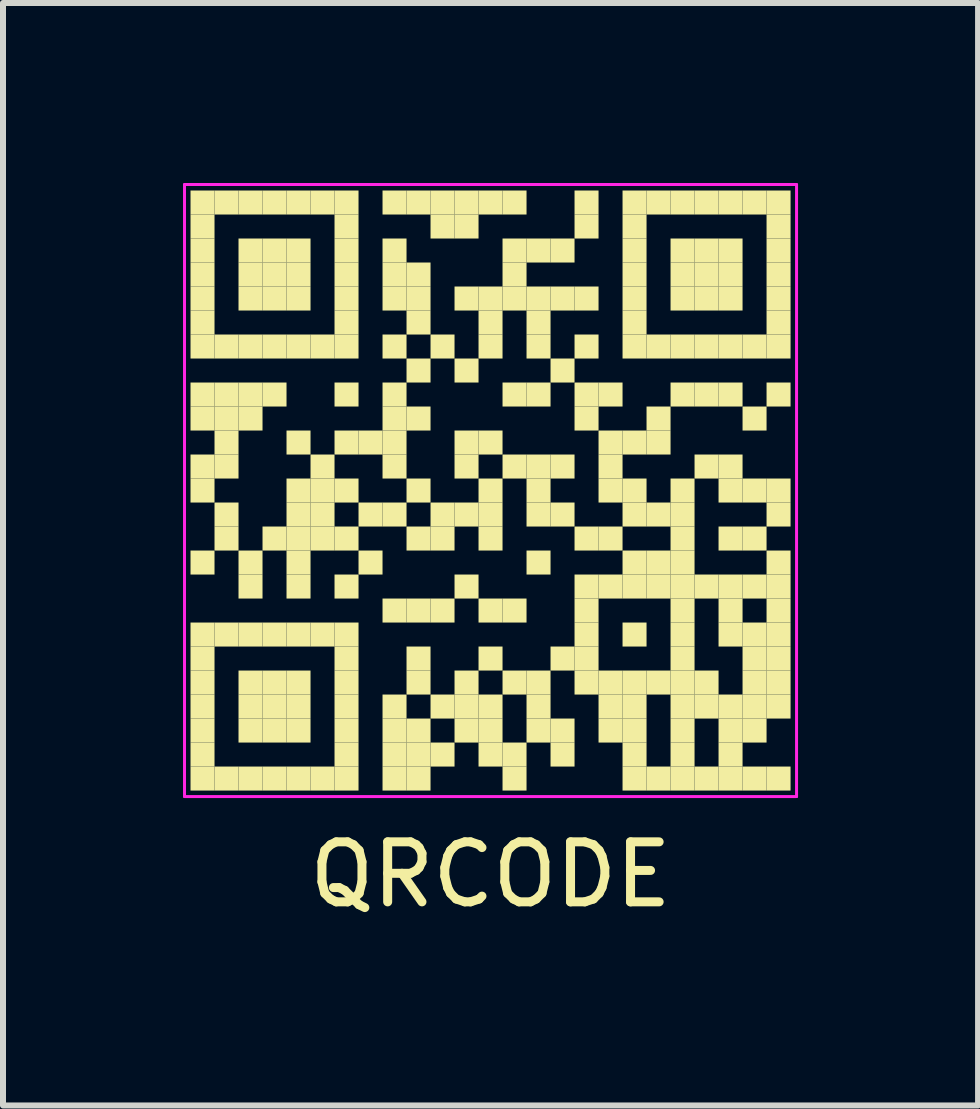
<source format=kicad_pcb>
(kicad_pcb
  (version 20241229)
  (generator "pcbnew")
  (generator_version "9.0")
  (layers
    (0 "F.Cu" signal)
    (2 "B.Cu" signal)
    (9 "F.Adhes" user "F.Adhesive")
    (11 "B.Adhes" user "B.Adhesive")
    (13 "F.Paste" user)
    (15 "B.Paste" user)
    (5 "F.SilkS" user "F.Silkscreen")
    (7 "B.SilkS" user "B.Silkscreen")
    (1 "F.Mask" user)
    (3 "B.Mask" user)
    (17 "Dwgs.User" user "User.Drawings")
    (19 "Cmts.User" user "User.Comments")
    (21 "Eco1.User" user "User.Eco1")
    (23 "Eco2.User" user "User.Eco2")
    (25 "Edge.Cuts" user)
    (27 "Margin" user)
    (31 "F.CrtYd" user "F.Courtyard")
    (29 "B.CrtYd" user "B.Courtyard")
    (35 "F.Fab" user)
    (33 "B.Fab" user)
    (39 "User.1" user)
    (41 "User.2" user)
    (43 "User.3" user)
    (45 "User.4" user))
  (footprint "QRCODE"
    (layer "F.Cu")
    (at 5.125 5.125)
    (property "Reference" "QRCODE" (at 0 6.4 0) (layer "F.SilkS") (effects (font (size 1 1) (thickness 0.15))))
    (fp_rect (start -5 -5) (end -4.6 -4.6) (stroke (width 0) (type default)) (fill yes) (layer "F.SilkS"))
    (fp_rect (start -5 -4.6) (end -4.6 -4.2) (stroke (width 0) (type default)) (fill yes) (layer "F.SilkS"))
    (fp_rect (start -5 -4.2) (end -4.6 -3.8) (stroke (width 0) (type default)) (fill yes) (layer "F.SilkS"))
    (fp_rect (start -5 -3.8) (end -4.6 -3.4) (stroke (width 0) (type default)) (fill yes) (layer "F.SilkS"))
    (fp_rect (start -5 -3.4) (end -4.6 -3) (stroke (width 0) (type default)) (fill yes) (layer "F.SilkS"))
    (fp_rect (start -5 -3) (end -4.6 -2.6) (stroke (width 0) (type default)) (fill yes) (layer "F.SilkS"))
    (fp_rect (start -5 -2.6) (end -4.6 -2.2) (stroke (width 0) (type default)) (fill yes) (layer "F.SilkS"))
    (fp_rect (start -5 -1.8) (end -4.6 -1.4) (stroke (width 0) (type default)) (fill yes) (layer "F.SilkS"))
    (fp_rect (start -5 -1.4) (end -4.6 -1) (stroke (width 0) (type default)) (fill yes) (layer "F.SilkS"))
    (fp_rect (start -5 -0.6) (end -4.6 -0.2) (stroke (width 0) (type default)) (fill yes) (layer "F.SilkS"))
    (fp_rect (start -5 -0.2) (end -4.6 0.2) (stroke (width 0) (type default)) (fill yes) (layer "F.SilkS"))
    (fp_rect (start -5 1) (end -4.6 1.4) (stroke (width 0) (type default)) (fill yes) (layer "F.SilkS"))
    (fp_rect (start -5 2.2) (end -4.6 2.6) (stroke (width 0) (type default)) (fill yes) (layer "F.SilkS"))
    (fp_rect (start -5 2.6) (end -4.6 3) (stroke (width 0) (type default)) (fill yes) (layer "F.SilkS"))
    (fp_rect (start -5 3) (end -4.6 3.4) (stroke (width 0) (type default)) (fill yes) (layer "F.SilkS"))
    (fp_rect (start -5 3.4) (end -4.6 3.8) (stroke (width 0) (type default)) (fill yes) (layer "F.SilkS"))
    (fp_rect (start -5 3.8) (end -4.6 4.2) (stroke (width 0) (type default)) (fill yes) (layer "F.SilkS"))
    (fp_rect (start -5 4.2) (end -4.6 4.6) (stroke (width 0) (type default)) (fill yes) (layer "F.SilkS"))
    (fp_rect (start -5 4.6) (end -4.6 5) (stroke (width 0) (type default)) (fill yes) (layer "F.SilkS"))
    (fp_rect (start -4.6 -5) (end -4.2 -4.6) (stroke (width 0) (type default)) (fill yes) (layer "F.SilkS"))
    (fp_rect (start -4.6 -2.6) (end -4.2 -2.2) (stroke (width 0) (type default)) (fill yes) (layer "F.SilkS"))
    (fp_rect (start -4.6 -1.8) (end -4.2 -1.4) (stroke (width 0) (type default)) (fill yes) (layer "F.SilkS"))
    (fp_rect (start -4.6 -1.4) (end -4.2 -1) (stroke (width 0) (type default)) (fill yes) (layer "F.SilkS"))
    (fp_rect (start -4.6 -1) (end -4.2 -0.6) (stroke (width 0) (type default)) (fill yes) (layer "F.SilkS"))
    (fp_rect (start -4.6 -0.6) (end -4.2 -0.2) (stroke (width 0) (type default)) (fill yes) (layer "F.SilkS"))
    (fp_rect (start -4.6 0.2) (end -4.2 0.6) (stroke (width 0) (type default)) (fill yes) (layer "F.SilkS"))
    (fp_rect (start -4.6 0.6) (end -4.2 1) (stroke (width 0) (type default)) (fill yes) (layer "F.SilkS"))
    (fp_rect (start -4.6 2.2) (end -4.2 2.6) (stroke (width 0) (type default)) (fill yes) (layer "F.SilkS"))
    (fp_rect (start -4.6 4.6) (end -4.2 5) (stroke (width 0) (type default)) (fill yes) (layer "F.SilkS"))
    (fp_rect (start -4.2 -5) (end -3.8 -4.6) (stroke (width 0) (type default)) (fill yes) (layer "F.SilkS"))
    (fp_rect (start -4.2 -4.2) (end -3.8 -3.8) (stroke (width 0) (type default)) (fill yes) (layer "F.SilkS"))
    (fp_rect (start -4.2 -3.8) (end -3.8 -3.4) (stroke (width 0) (type default)) (fill yes) (layer "F.SilkS"))
    (fp_rect (start -4.2 -3.4) (end -3.8 -3) (stroke (width 0) (type default)) (fill yes) (layer "F.SilkS"))
    (fp_rect (start -4.2 -2.6) (end -3.8 -2.2) (stroke (width 0) (type default)) (fill yes) (layer "F.SilkS"))
    (fp_rect (start -4.2 -1.8) (end -3.8 -1.4) (stroke (width 0) (type default)) (fill yes) (layer "F.SilkS"))
    (fp_rect (start -4.2 -1.4) (end -3.8 -1) (stroke (width 0) (type default)) (fill yes) (layer "F.SilkS"))
    (fp_rect (start -4.2 1) (end -3.8 1.4) (stroke (width 0) (type default)) (fill yes) (layer "F.SilkS"))
    (fp_rect (start -4.2 1.4) (end -3.8 1.8) (stroke (width 0) (type default)) (fill yes) (layer "F.SilkS"))
    (fp_rect (start -4.2 2.2) (end -3.8 2.6) (stroke (width 0) (type default)) (fill yes) (layer "F.SilkS"))
    (fp_rect (start -4.2 3) (end -3.8 3.4) (stroke (width 0) (type default)) (fill yes) (layer "F.SilkS"))
    (fp_rect (start -4.2 3.4) (end -3.8 3.8) (stroke (width 0) (type default)) (fill yes) (layer "F.SilkS"))
    (fp_rect (start -4.2 3.8) (end -3.8 4.2) (stroke (width 0) (type default)) (fill yes) (layer "F.SilkS"))
    (fp_rect (start -4.2 4.6) (end -3.8 5) (stroke (width 0) (type default)) (fill yes) (layer "F.SilkS"))
    (fp_rect (start -3.8 -5) (end -3.4 -4.6) (stroke (width 0) (type default)) (fill yes) (layer "F.SilkS"))
    (fp_rect (start -3.8 -4.2) (end -3.4 -3.8) (stroke (width 0) (type default)) (fill yes) (layer "F.SilkS"))
    (fp_rect (start -3.8 -3.8) (end -3.4 -3.4) (stroke (width 0) (type default)) (fill yes) (layer "F.SilkS"))
    (fp_rect (start -3.8 -3.4) (end -3.4 -3) (stroke (width 0) (type default)) (fill yes) (layer "F.SilkS"))
    (fp_rect (start -3.8 -2.6) (end -3.4 -2.2) (stroke (width 0) (type default)) (fill yes) (layer "F.SilkS"))
    (fp_rect (start -3.8 -1.8) (end -3.4 -1.4) (stroke (width 0) (type default)) (fill yes) (layer "F.SilkS"))
    (fp_rect (start -3.8 0.6) (end -3.4 1) (stroke (width 0) (type default)) (fill yes) (layer "F.SilkS"))
    (fp_rect (start -3.8 2.2) (end -3.4 2.6) (stroke (width 0) (type default)) (fill yes) (layer "F.SilkS"))
    (fp_rect (start -3.8 3) (end -3.4 3.4) (stroke (width 0) (type default)) (fill yes) (layer "F.SilkS"))
    (fp_rect (start -3.8 3.4) (end -3.4 3.8) (stroke (width 0) (type default)) (fill yes) (layer "F.SilkS"))
    (fp_rect (start -3.8 3.8) (end -3.4 4.2) (stroke (width 0) (type default)) (fill yes) (layer "F.SilkS"))
    (fp_rect (start -3.8 4.6) (end -3.4 5) (stroke (width 0) (type default)) (fill yes) (layer "F.SilkS"))
    (fp_rect (start -3.4 -5) (end -3 -4.6) (stroke (width 0) (type default)) (fill yes) (layer "F.SilkS"))
    (fp_rect (start -3.4 -4.2) (end -3 -3.8) (stroke (width 0) (type default)) (fill yes) (layer "F.SilkS"))
    (fp_rect (start -3.4 -3.8) (end -3 -3.4) (stroke (width 0) (type default)) (fill yes) (layer "F.SilkS"))
    (fp_rect (start -3.4 -3.4) (end -3 -3) (stroke (width 0) (type default)) (fill yes) (layer "F.SilkS"))
    (fp_rect (start -3.4 -2.6) (end -3 -2.2) (stroke (width 0) (type default)) (fill yes) (layer "F.SilkS"))
    (fp_rect (start -3.4 -1) (end -3 -0.6) (stroke (width 0) (type default)) (fill yes) (layer "F.SilkS"))
    (fp_rect (start -3.4 -0.2) (end -3 0.2) (stroke (width 0) (type default)) (fill yes) (layer "F.SilkS"))
    (fp_rect (start -3.4 0.2) (end -3 0.6) (stroke (width 0) (type default)) (fill yes) (layer "F.SilkS"))
    (fp_rect (start -3.4 0.6) (end -3 1) (stroke (width 0) (type default)) (fill yes) (layer "F.SilkS"))
    (fp_rect (start -3.4 1) (end -3 1.4) (stroke (width 0) (type default)) (fill yes) (layer "F.SilkS"))
    (fp_rect (start -3.4 1.4) (end -3 1.8) (stroke (width 0) (type default)) (fill yes) (layer "F.SilkS"))
    (fp_rect (start -3.4 2.2) (end -3 2.6) (stroke (width 0) (type default)) (fill yes) (layer "F.SilkS"))
    (fp_rect (start -3.4 3) (end -3 3.4) (stroke (width 0) (type default)) (fill yes) (layer "F.SilkS"))
    (fp_rect (start -3.4 3.4) (end -3 3.8) (stroke (width 0) (type default)) (fill yes) (layer "F.SilkS"))
    (fp_rect (start -3.4 3.8) (end -3 4.2) (stroke (width 0) (type default)) (fill yes) (layer "F.SilkS"))
    (fp_rect (start -3.4 4.6) (end -3 5) (stroke (width 0) (type default)) (fill yes) (layer "F.SilkS"))
    (fp_rect (start -3 -5) (end -2.6 -4.6) (stroke (width 0) (type default)) (fill yes) (layer "F.SilkS"))
    (fp_rect (start -3 -2.6) (end -2.6 -2.2) (stroke (width 0) (type default)) (fill yes) (layer "F.SilkS"))
    (fp_rect (start -3 -0.6) (end -2.6 -0.2) (stroke (width 0) (type default)) (fill yes) (layer "F.SilkS"))
    (fp_rect (start -3 -0.2) (end -2.6 0.2) (stroke (width 0) (type default)) (fill yes) (layer "F.SilkS"))
    (fp_rect (start -3 0.2) (end -2.6 0.6) (stroke (width 0) (type default)) (fill yes) (layer "F.SilkS"))
    (fp_rect (start -3 0.6) (end -2.6 1) (stroke (width 0) (type default)) (fill yes) (layer "F.SilkS"))
    (fp_rect (start -3 2.2) (end -2.6 2.6) (stroke (width 0) (type default)) (fill yes) (layer "F.SilkS"))
    (fp_rect (start -3 4.6) (end -2.6 5) (stroke (width 0) (type default)) (fill yes) (layer "F.SilkS"))
    (fp_rect (start -2.6 -5) (end -2.2 -4.6) (stroke (width 0) (type default)) (fill yes) (layer "F.SilkS"))
    (fp_rect (start -2.6 -4.6) (end -2.2 -4.2) (stroke (width 0) (type default)) (fill yes) (layer "F.SilkS"))
    (fp_rect (start -2.6 -4.2) (end -2.2 -3.8) (stroke (width 0) (type default)) (fill yes) (layer "F.SilkS"))
    (fp_rect (start -2.6 -3.8) (end -2.2 -3.4) (stroke (width 0) (type default)) (fill yes) (layer "F.SilkS"))
    (fp_rect (start -2.6 -3.4) (end -2.2 -3) (stroke (width 0) (type default)) (fill yes) (layer "F.SilkS"))
    (fp_rect (start -2.6 -3) (end -2.2 -2.6) (stroke (width 0) (type default)) (fill yes) (layer "F.SilkS"))
    (fp_rect (start -2.6 -2.6) (end -2.2 -2.2) (stroke (width 0) (type default)) (fill yes) (layer "F.SilkS"))
    (fp_rect (start -2.6 -1.8) (end -2.2 -1.4) (stroke (width 0) (type default)) (fill yes) (layer "F.SilkS"))
    (fp_rect (start -2.6 -1) (end -2.2 -0.6) (stroke (width 0) (type default)) (fill yes) (layer "F.SilkS"))
    (fp_rect (start -2.6 -0.2) (end -2.2 0.2) (stroke (width 0) (type default)) (fill yes) (layer "F.SilkS"))
    (fp_rect (start -2.6 0.6) (end -2.2 1) (stroke (width 0) (type default)) (fill yes) (layer "F.SilkS"))
    (fp_rect (start -2.6 1.4) (end -2.2 1.8) (stroke (width 0) (type default)) (fill yes) (layer "F.SilkS"))
    (fp_rect (start -2.6 2.2) (end -2.2 2.6) (stroke (width 0) (type default)) (fill yes) (layer "F.SilkS"))
    (fp_rect (start -2.6 2.6) (end -2.2 3) (stroke (width 0) (type default)) (fill yes) (layer "F.SilkS"))
    (fp_rect (start -2.6 3) (end -2.2 3.4) (stroke (width 0) (type default)) (fill yes) (layer "F.SilkS"))
    (fp_rect (start -2.6 3.4) (end -2.2 3.8) (stroke (width 0) (type default)) (fill yes) (layer "F.SilkS"))
    (fp_rect (start -2.6 3.8) (end -2.2 4.2) (stroke (width 0) (type default)) (fill yes) (layer "F.SilkS"))
    (fp_rect (start -2.6 4.2) (end -2.2 4.6) (stroke (width 0) (type default)) (fill yes) (layer "F.SilkS"))
    (fp_rect (start -2.6 4.6) (end -2.2 5) (stroke (width 0) (type default)) (fill yes) (layer "F.SilkS"))
    (fp_rect (start -2.2 -1) (end -1.8 -0.6) (stroke (width 0) (type default)) (fill yes) (layer "F.SilkS"))
    (fp_rect (start -2.2 0.2) (end -1.8 0.6) (stroke (width 0) (type default)) (fill yes) (layer "F.SilkS"))
    (fp_rect (start -2.2 1) (end -1.8 1.4) (stroke (width 0) (type default)) (fill yes) (layer "F.SilkS"))
    (fp_rect (start -1.8 -5) (end -1.4 -4.6) (stroke (width 0) (type default)) (fill yes) (layer "F.SilkS"))
    (fp_rect (start -1.8 -4.2) (end -1.4 -3.8) (stroke (width 0) (type default)) (fill yes) (layer "F.SilkS"))
    (fp_rect (start -1.8 -3.8) (end -1.4 -3.4) (stroke (width 0) (type default)) (fill yes) (layer "F.SilkS"))
    (fp_rect (start -1.8 -3.4) (end -1.4 -3) (stroke (width 0) (type default)) (fill yes) (layer "F.SilkS"))
    (fp_rect (start -1.8 -2.6) (end -1.4 -2.2) (stroke (width 0) (type default)) (fill yes) (layer "F.SilkS"))
    (fp_rect (start -1.8 -1.8) (end -1.4 -1.4) (stroke (width 0) (type default)) (fill yes) (layer "F.SilkS"))
    (fp_rect (start -1.8 -1.4) (end -1.4 -1) (stroke (width 0) (type default)) (fill yes) (layer "F.SilkS"))
    (fp_rect (start -1.8 -1) (end -1.4 -0.6) (stroke (width 0) (type default)) (fill yes) (layer "F.SilkS"))
    (fp_rect (start -1.8 -0.6) (end -1.4 -0.2) (stroke (width 0) (type default)) (fill yes) (layer "F.SilkS"))
    (fp_rect (start -1.8 0.2) (end -1.4 0.6) (stroke (width 0) (type default)) (fill yes) (layer "F.SilkS"))
    (fp_rect (start -1.8 1.8) (end -1.4 2.2) (stroke (width 0) (type default)) (fill yes) (layer "F.SilkS"))
    (fp_rect (start -1.8 3.4) (end -1.4 3.8) (stroke (width 0) (type default)) (fill yes) (layer "F.SilkS"))
    (fp_rect (start -1.8 3.8) (end -1.4 4.2) (stroke (width 0) (type default)) (fill yes) (layer "F.SilkS"))
    (fp_rect (start -1.8 4.2) (end -1.4 4.6) (stroke (width 0) (type default)) (fill yes) (layer "F.SilkS"))
    (fp_rect (start -1.8 4.6) (end -1.4 5) (stroke (width 0) (type default)) (fill yes) (layer "F.SilkS"))
    (fp_rect (start -1.4 -5) (end -1 -4.6) (stroke (width 0) (type default)) (fill yes) (layer "F.SilkS"))
    (fp_rect (start -1.4 -3.8) (end -1 -3.4) (stroke (width 0) (type default)) (fill yes) (layer "F.SilkS"))
    (fp_rect (start -1.4 -3.4) (end -1 -3) (stroke (width 0) (type default)) (fill yes) (layer "F.SilkS"))
    (fp_rect (start -1.4 -3) (end -1 -2.6) (stroke (width 0) (type default)) (fill yes) (layer "F.SilkS"))
    (fp_rect (start -1.4 -2.2) (end -1 -1.8) (stroke (width 0) (type default)) (fill yes) (layer "F.SilkS"))
    (fp_rect (start -1.4 -1.4) (end -1 -1) (stroke (width 0) (type default)) (fill yes) (layer "F.SilkS"))
    (fp_rect (start -1.4 -0.2) (end -1 0.2) (stroke (width 0) (type default)) (fill yes) (layer "F.SilkS"))
    (fp_rect (start -1.4 0.6) (end -1 1) (stroke (width 0) (type default)) (fill yes) (layer "F.SilkS"))
    (fp_rect (start -1.4 1.8) (end -1 2.2) (stroke (width 0) (type default)) (fill yes) (layer "F.SilkS"))
    (fp_rect (start -1.4 2.6) (end -1 3) (stroke (width 0) (type default)) (fill yes) (layer "F.SilkS"))
    (fp_rect (start -1.4 3) (end -1 3.4) (stroke (width 0) (type default)) (fill yes) (layer "F.SilkS"))
    (fp_rect (start -1.4 3.8) (end -1 4.2) (stroke (width 0) (type default)) (fill yes) (layer "F.SilkS"))
    (fp_rect (start -1.4 4.2) (end -1 4.6) (stroke (width 0) (type default)) (fill yes) (layer "F.SilkS"))
    (fp_rect (start -1.4 4.6) (end -1 5) (stroke (width 0) (type default)) (fill yes) (layer "F.SilkS"))
    (fp_rect (start -1 -5) (end -0.6 -4.6) (stroke (width 0) (type default)) (fill yes) (layer "F.SilkS"))
    (fp_rect (start -1 -4.6) (end -0.6 -4.2) (stroke (width 0) (type default)) (fill yes) (layer "F.SilkS"))
    (fp_rect (start -1 -2.6) (end -0.6 -2.2) (stroke (width 0) (type default)) (fill yes) (layer "F.SilkS"))
    (fp_rect (start -1 0.2) (end -0.6 0.6) (stroke (width 0) (type default)) (fill yes) (layer "F.SilkS"))
    (fp_rect (start -1 0.6) (end -0.6 1) (stroke (width 0) (type default)) (fill yes) (layer "F.SilkS"))
    (fp_rect (start -1 1.8) (end -0.6 2.2) (stroke (width 0) (type default)) (fill yes) (layer "F.SilkS"))
    (fp_rect (start -1 3.4) (end -0.6 3.8) (stroke (width 0) (type default)) (fill yes) (layer "F.SilkS"))
    (fp_rect (start -1 4.2) (end -0.6 4.6) (stroke (width 0) (type default)) (fill yes) (layer "F.SilkS"))
    (fp_rect (start -0.6 -5) (end -0.2 -4.6) (stroke (width 0) (type default)) (fill yes) (layer "F.SilkS"))
    (fp_rect (start -0.6 -4.6) (end -0.2 -4.2) (stroke (width 0) (type default)) (fill yes) (layer "F.SilkS"))
    (fp_rect (start -0.6 -3.4) (end -0.2 -3) (stroke (width 0) (type default)) (fill yes) (layer "F.SilkS"))
    (fp_rect (start -0.6 -2.2) (end -0.2 -1.8) (stroke (width 0) (type default)) (fill yes) (layer "F.SilkS"))
    (fp_rect (start -0.6 -1) (end -0.2 -0.6) (stroke (width 0) (type default)) (fill yes) (layer "F.SilkS"))
    (fp_rect (start -0.6 -0.6) (end -0.2 -0.2) (stroke (width 0) (type default)) (fill yes) (layer "F.SilkS"))
    (fp_rect (start -0.6 0.2) (end -0.2 0.6) (stroke (width 0) (type default)) (fill yes) (layer "F.SilkS"))
    (fp_rect (start -0.6 1.4) (end -0.2 1.8) (stroke (width 0) (type default)) (fill yes) (layer "F.SilkS"))
    (fp_rect (start -0.6 3) (end -0.2 3.4) (stroke (width 0) (type default)) (fill yes) (layer "F.SilkS"))
    (fp_rect (start -0.6 3.4) (end -0.2 3.8) (stroke (width 0) (type default)) (fill yes) (layer "F.SilkS"))
    (fp_rect (start -0.6 3.8) (end -0.2 4.2) (stroke (width 0) (type default)) (fill yes) (layer "F.SilkS"))
    (fp_rect (start -0.2 -5) (end 0.2 -4.6) (stroke (width 0) (type default)) (fill yes) (layer "F.SilkS"))
    (fp_rect (start -0.2 -3.4) (end 0.2 -3) (stroke (width 0) (type default)) (fill yes) (layer "F.SilkS"))
    (fp_rect (start -0.2 -3) (end 0.2 -2.6) (stroke (width 0) (type default)) (fill yes) (layer "F.SilkS"))
    (fp_rect (start -0.2 -2.6) (end 0.2 -2.2) (stroke (width 0) (type default)) (fill yes) (layer "F.SilkS"))
    (fp_rect (start -0.2 -1) (end 0.2 -0.6) (stroke (width 0) (type default)) (fill yes) (layer "F.SilkS"))
    (fp_rect (start -0.2 -0.2) (end 0.2 0.2) (stroke (width 0) (type default)) (fill yes) (layer "F.SilkS"))
    (fp_rect (start -0.2 0.2) (end 0.2 0.6) (stroke (width 0) (type default)) (fill yes) (layer "F.SilkS"))
    (fp_rect (start -0.2 0.6) (end 0.2 1) (stroke (width 0) (type default)) (fill yes) (layer "F.SilkS"))
    (fp_rect (start -0.2 1.8) (end 0.2 2.2) (stroke (width 0) (type default)) (fill yes) (layer "F.SilkS"))
    (fp_rect (start -0.2 2.6) (end 0.2 3) (stroke (width 0) (type default)) (fill yes) (layer "F.SilkS"))
    (fp_rect (start -0.2 3.4) (end 0.2 3.8) (stroke (width 0) (type default)) (fill yes) (layer "F.SilkS"))
    (fp_rect (start -0.2 3.8) (end 0.2 4.2) (stroke (width 0) (type default)) (fill yes) (layer "F.SilkS"))
    (fp_rect (start -0.2 4.2) (end 0.2 4.6) (stroke (width 0) (type default)) (fill yes) (layer "F.SilkS"))
    (fp_rect (start 0.2 -5) (end 0.6 -4.6) (stroke (width 0) (type default)) (fill yes) (layer "F.SilkS"))
    (fp_rect (start 0.2 -4.2) (end 0.6 -3.8) (stroke (width 0) (type default)) (fill yes) (layer "F.SilkS"))
    (fp_rect (start 0.2 -3.8) (end 0.6 -3.4) (stroke (width 0) (type default)) (fill yes) (layer "F.SilkS"))
    (fp_rect (start 0.2 -3.4) (end 0.6 -3) (stroke (width 0) (type default)) (fill yes) (layer "F.SilkS"))
    (fp_rect (start 0.2 -1.8) (end 0.6 -1.4) (stroke (width 0) (type default)) (fill yes) (layer "F.SilkS"))
    (fp_rect (start 0.2 -0.6) (end 0.6 -0.2) (stroke (width 0) (type default)) (fill yes) (layer "F.SilkS"))
    (fp_rect (start 0.2 1.8) (end 0.6 2.2) (stroke (width 0) (type default)) (fill yes) (layer "F.SilkS"))
    (fp_rect (start 0.2 3) (end 0.6 3.4) (stroke (width 0) (type default)) (fill yes) (layer "F.SilkS"))
    (fp_rect (start 0.2 4.2) (end 0.6 4.6) (stroke (width 0) (type default)) (fill yes) (layer "F.SilkS"))
    (fp_rect (start 0.2 4.6) (end 0.6 5) (stroke (width 0) (type default)) (fill yes) (layer "F.SilkS"))
    (fp_rect (start 0.6 -4.2) (end 1 -3.8) (stroke (width 0) (type default)) (fill yes) (layer "F.SilkS"))
    (fp_rect (start 0.6 -3.4) (end 1 -3) (stroke (width 0) (type default)) (fill yes) (layer "F.SilkS"))
    (fp_rect (start 0.6 -3) (end 1 -2.6) (stroke (width 0) (type default)) (fill yes) (layer "F.SilkS"))
    (fp_rect (start 0.6 -2.6) (end 1 -2.2) (stroke (width 0) (type default)) (fill yes) (layer "F.SilkS"))
    (fp_rect (start 0.6 -1.8) (end 1 -1.4) (stroke (width 0) (type default)) (fill yes) (layer "F.SilkS"))
    (fp_rect (start 0.6 -0.6) (end 1 -0.2) (stroke (width 0) (type default)) (fill yes) (layer "F.SilkS"))
    (fp_rect (start 0.6 -0.2) (end 1 0.2) (stroke (width 0) (type default)) (fill yes) (layer "F.SilkS"))
    (fp_rect (start 0.6 0.2) (end 1 0.6) (stroke (width 0) (type default)) (fill yes) (layer "F.SilkS"))
    (fp_rect (start 0.6 1) (end 1 1.4) (stroke (width 0) (type default)) (fill yes) (layer "F.SilkS"))
    (fp_rect (start 0.6 3) (end 1 3.4) (stroke (width 0) (type default)) (fill yes) (layer "F.SilkS"))
    (fp_rect (start 0.6 3.4) (end 1 3.8) (stroke (width 0) (type default)) (fill yes) (layer "F.SilkS"))
    (fp_rect (start 0.6 3.8) (end 1 4.2) (stroke (width 0) (type default)) (fill yes) (layer "F.SilkS"))
    (fp_rect (start 1 -4.2) (end 1.4 -3.8) (stroke (width 0) (type default)) (fill yes) (layer "F.SilkS"))
    (fp_rect (start 1 -3.4) (end 1.4 -3) (stroke (width 0) (type default)) (fill yes) (layer "F.SilkS"))
    (fp_rect (start 1 -2.2) (end 1.4 -1.8) (stroke (width 0) (type default)) (fill yes) (layer "F.SilkS"))
    (fp_rect (start 1 -0.6) (end 1.4 -0.2) (stroke (width 0) (type default)) (fill yes) (layer "F.SilkS"))
    (fp_rect (start 1 0.2) (end 1.4 0.6) (stroke (width 0) (type default)) (fill yes) (layer "F.SilkS"))
    (fp_rect (start 1 2.6) (end 1.4 3) (stroke (width 0) (type default)) (fill yes) (layer "F.SilkS"))
    (fp_rect (start 1 3.8) (end 1.4 4.2) (stroke (width 0) (type default)) (fill yes) (layer "F.SilkS"))
    (fp_rect (start 1 4.2) (end 1.4 4.6) (stroke (width 0) (type default)) (fill yes) (layer "F.SilkS"))
    (fp_rect (start 1.4 -5) (end 1.8 -4.6) (stroke (width 0) (type default)) (fill yes) (layer "F.SilkS"))
    (fp_rect (start 1.4 -4.6) (end 1.8 -4.2) (stroke (width 0) (type default)) (fill yes) (layer "F.SilkS"))
    (fp_rect (start 1.4 -3.4) (end 1.8 -3) (stroke (width 0) (type default)) (fill yes) (layer "F.SilkS"))
    (fp_rect (start 1.4 -2.6) (end 1.8 -2.2) (stroke (width 0) (type default)) (fill yes) (layer "F.SilkS"))
    (fp_rect (start 1.4 -1.8) (end 1.8 -1.4) (stroke (width 0) (type default)) (fill yes) (layer "F.SilkS"))
    (fp_rect (start 1.4 -1.4) (end 1.8 -1) (stroke (width 0) (type default)) (fill yes) (layer "F.SilkS"))
    (fp_rect (start 1.4 0.6) (end 1.8 1) (stroke (width 0) (type default)) (fill yes) (layer "F.SilkS"))
    (fp_rect (start 1.4 1.4) (end 1.8 1.8) (stroke (width 0) (type default)) (fill yes) (layer "F.SilkS"))
    (fp_rect (start 1.4 1.8) (end 1.8 2.2) (stroke (width 0) (type default)) (fill yes) (layer "F.SilkS"))
    (fp_rect (start 1.4 2.2) (end 1.8 2.6) (stroke (width 0) (type default)) (fill yes) (layer "F.SilkS"))
    (fp_rect (start 1.4 2.6) (end 1.8 3) (stroke (width 0) (type default)) (fill yes) (layer "F.SilkS"))
    (fp_rect (start 1.4 3) (end 1.8 3.4) (stroke (width 0) (type default)) (fill yes) (layer "F.SilkS"))
    (fp_rect (start 1.8 -1.8) (end 2.2 -1.4) (stroke (width 0) (type default)) (fill yes) (layer "F.SilkS"))
    (fp_rect (start 1.8 -1) (end 2.2 -0.6) (stroke (width 0) (type default)) (fill yes) (layer "F.SilkS"))
    (fp_rect (start 1.8 -0.6) (end 2.2 -0.2) (stroke (width 0) (type default)) (fill yes) (layer "F.SilkS"))
    (fp_rect (start 1.8 -0.2) (end 2.2 0.2) (stroke (width 0) (type default)) (fill yes) (layer "F.SilkS"))
    (fp_rect (start 1.8 0.6) (end 2.2 1) (stroke (width 0) (type default)) (fill yes) (layer "F.SilkS"))
    (fp_rect (start 1.8 1.4) (end 2.2 1.8) (stroke (width 0) (type default)) (fill yes) (layer "F.SilkS"))
    (fp_rect (start 1.8 3) (end 2.2 3.4) (stroke (width 0) (type default)) (fill yes) (layer "F.SilkS"))
    (fp_rect (start 1.8 3.4) (end 2.2 3.8) (stroke (width 0) (type default)) (fill yes) (layer "F.SilkS"))
    (fp_rect (start 1.8 3.8) (end 2.2 4.2) (stroke (width 0) (type default)) (fill yes) (layer "F.SilkS"))
    (fp_rect (start 2.2 -5) (end 2.6 -4.6) (stroke (width 0) (type default)) (fill yes) (layer "F.SilkS"))
    (fp_rect (start 2.2 -4.6) (end 2.6 -4.2) (stroke (width 0) (type default)) (fill yes) (layer "F.SilkS"))
    (fp_rect (start 2.2 -4.2) (end 2.6 -3.8) (stroke (width 0) (type default)) (fill yes) (layer "F.SilkS"))
    (fp_rect (start 2.2 -3.8) (end 2.6 -3.4) (stroke (width 0) (type default)) (fill yes) (layer "F.SilkS"))
    (fp_rect (start 2.2 -3.4) (end 2.6 -3) (stroke (width 0) (type default)) (fill yes) (layer "F.SilkS"))
    (fp_rect (start 2.2 -3) (end 2.6 -2.6) (stroke (width 0) (type default)) (fill yes) (layer "F.SilkS"))
    (fp_rect (start 2.2 -2.6) (end 2.6 -2.2) (stroke (width 0) (type default)) (fill yes) (layer "F.SilkS"))
    (fp_rect (start 2.2 -1) (end 2.6 -0.6) (stroke (width 0) (type default)) (fill yes) (layer "F.SilkS"))
    (fp_rect (start 2.2 -0.2) (end 2.6 0.2) (stroke (width 0) (type default)) (fill yes) (layer "F.SilkS"))
    (fp_rect (start 2.2 0.2) (end 2.6 0.6) (stroke (width 0) (type default)) (fill yes) (layer "F.SilkS"))
    (fp_rect (start 2.2 1) (end 2.6 1.4) (stroke (width 0) (type default)) (fill yes) (layer "F.SilkS"))
    (fp_rect (start 2.2 1.4) (end 2.6 1.8) (stroke (width 0) (type default)) (fill yes) (layer "F.SilkS"))
    (fp_rect (start 2.2 2.2) (end 2.6 2.6) (stroke (width 0) (type default)) (fill yes) (layer "F.SilkS"))
    (fp_rect (start 2.2 3) (end 2.6 3.4) (stroke (width 0) (type default)) (fill yes) (layer "F.SilkS"))
    (fp_rect (start 2.2 3.4) (end 2.6 3.8) (stroke (width 0) (type default)) (fill yes) (layer "F.SilkS"))
    (fp_rect (start 2.2 3.8) (end 2.6 4.2) (stroke (width 0) (type default)) (fill yes) (layer "F.SilkS"))
    (fp_rect (start 2.2 4.2) (end 2.6 4.6) (stroke (width 0) (type default)) (fill yes) (layer "F.SilkS"))
    (fp_rect (start 2.2 4.6) (end 2.6 5) (stroke (width 0) (type default)) (fill yes) (layer "F.SilkS"))
    (fp_rect (start 2.6 -5) (end 3 -4.6) (stroke (width 0) (type default)) (fill yes) (layer "F.SilkS"))
    (fp_rect (start 2.6 -2.6) (end 3 -2.2) (stroke (width 0) (type default)) (fill yes) (layer "F.SilkS"))
    (fp_rect (start 2.6 -1.4) (end 3 -1) (stroke (width 0) (type default)) (fill yes) (layer "F.SilkS"))
    (fp_rect (start 2.6 -1) (end 3 -0.6) (stroke (width 0) (type default)) (fill yes) (layer "F.SilkS"))
    (fp_rect (start 2.6 0.2) (end 3 0.6) (stroke (width 0) (type default)) (fill yes) (layer "F.SilkS"))
    (fp_rect (start 2.6 1) (end 3 1.4) (stroke (width 0) (type default)) (fill yes) (layer "F.SilkS"))
    (fp_rect (start 2.6 1.4) (end 3 1.8) (stroke (width 0) (type default)) (fill yes) (layer "F.SilkS"))
    (fp_rect (start 2.6 3) (end 3 3.4) (stroke (width 0) (type default)) (fill yes) (layer "F.SilkS"))
    (fp_rect (start 2.6 4.6) (end 3 5) (stroke (width 0) (type default)) (fill yes) (layer "F.SilkS"))
    (fp_rect (start 3 -5) (end 3.4 -4.6) (stroke (width 0) (type default)) (fill yes) (layer "F.SilkS"))
    (fp_rect (start 3 -4.2) (end 3.4 -3.8) (stroke (width 0) (type default)) (fill yes) (layer "F.SilkS"))
    (fp_rect (start 3 -3.8) (end 3.4 -3.4) (stroke (width 0) (type default)) (fill yes) (layer "F.SilkS"))
    (fp_rect (start 3 -3.4) (end 3.4 -3) (stroke (width 0) (type default)) (fill yes) (layer "F.SilkS"))
    (fp_rect (start 3 -2.6) (end 3.4 -2.2) (stroke (width 0) (type default)) (fill yes) (layer "F.SilkS"))
    (fp_rect (start 3 -1.8) (end 3.4 -1.4) (stroke (width 0) (type default)) (fill yes) (layer "F.SilkS"))
    (fp_rect (start 3 -0.2) (end 3.4 0.2) (stroke (width 0) (type default)) (fill yes) (layer "F.SilkS"))
    (fp_rect (start 3 0.2) (end 3.4 0.6) (stroke (width 0) (type default)) (fill yes) (layer "F.SilkS"))
    (fp_rect (start 3 0.6) (end 3.4 1) (stroke (width 0) (type default)) (fill yes) (layer "F.SilkS"))
    (fp_rect (start 3 1) (end 3.4 1.4) (stroke (width 0) (type default)) (fill yes) (layer "F.SilkS"))
    (fp_rect (start 3 1.4) (end 3.4 1.8) (stroke (width 0) (type default)) (fill yes) (layer "F.SilkS"))
    (fp_rect (start 3 1.8) (end 3.4 2.2) (stroke (width 0) (type default)) (fill yes) (layer "F.SilkS"))
    (fp_rect (start 3 2.2) (end 3.4 2.6) (stroke (width 0) (type default)) (fill yes) (layer "F.SilkS"))
    (fp_rect (start 3 2.6) (end 3.4 3) (stroke (width 0) (type default)) (fill yes) (layer "F.SilkS"))
    (fp_rect (start 3 3) (end 3.4 3.4) (stroke (width 0) (type default)) (fill yes) (layer "F.SilkS"))
    (fp_rect (start 3 3.4) (end 3.4 3.8) (stroke (width 0) (type default)) (fill yes) (layer "F.SilkS"))
    (fp_rect (start 3 3.8) (end 3.4 4.2) (stroke (width 0) (type default)) (fill yes) (layer "F.SilkS"))
    (fp_rect (start 3 4.2) (end 3.4 4.6) (stroke (width 0) (type default)) (fill yes) (layer "F.SilkS"))
    (fp_rect (start 3 4.6) (end 3.4 5) (stroke (width 0) (type default)) (fill yes) (layer "F.SilkS"))
    (fp_rect (start 3.4 -5) (end 3.8 -4.6) (stroke (width 0) (type default)) (fill yes) (layer "F.SilkS"))
    (fp_rect (start 3.4 -4.2) (end 3.8 -3.8) (stroke (width 0) (type default)) (fill yes) (layer "F.SilkS"))
    (fp_rect (start 3.4 -3.8) (end 3.8 -3.4) (stroke (width 0) (type default)) (fill yes) (layer "F.SilkS"))
    (fp_rect (start 3.4 -3.4) (end 3.8 -3) (stroke (width 0) (type default)) (fill yes) (layer "F.SilkS"))
    (fp_rect (start 3.4 -2.6) (end 3.8 -2.2) (stroke (width 0) (type default)) (fill yes) (layer "F.SilkS"))
    (fp_rect (start 3.4 -1.8) (end 3.8 -1.4) (stroke (width 0) (type default)) (fill yes) (layer "F.SilkS"))
    (fp_rect (start 3.4 -0.6) (end 3.8 -0.2) (stroke (width 0) (type default)) (fill yes) (layer "F.SilkS"))
    (fp_rect (start 3.4 1.4) (end 3.8 1.8) (stroke (width 0) (type default)) (fill yes) (layer "F.SilkS"))
    (fp_rect (start 3.4 3) (end 3.8 3.4) (stroke (width 0) (type default)) (fill yes) (layer "F.SilkS"))
    (fp_rect (start 3.4 3.4) (end 3.8 3.8) (stroke (width 0) (type default)) (fill yes) (layer "F.SilkS"))
    (fp_rect (start 3.4 4.6) (end 3.8 5) (stroke (width 0) (type default)) (fill yes) (layer "F.SilkS"))
    (fp_rect (start 3.8 -5) (end 4.2 -4.6) (stroke (width 0) (type default)) (fill yes) (layer "F.SilkS"))
    (fp_rect (start 3.8 -4.2) (end 4.2 -3.8) (stroke (width 0) (type default)) (fill yes) (layer "F.SilkS"))
    (fp_rect (start 3.8 -3.8) (end 4.2 -3.4) (stroke (width 0) (type default)) (fill yes) (layer "F.SilkS"))
    (fp_rect (start 3.8 -3.4) (end 4.2 -3) (stroke (width 0) (type default)) (fill yes) (layer "F.SilkS"))
    (fp_rect (start 3.8 -2.6) (end 4.2 -2.2) (stroke (width 0) (type default)) (fill yes) (layer "F.SilkS"))
    (fp_rect (start 3.8 -1.8) (end 4.2 -1.4) (stroke (width 0) (type default)) (fill yes) (layer "F.SilkS"))
    (fp_rect (start 3.8 -0.6) (end 4.2 -0.2) (stroke (width 0) (type default)) (fill yes) (layer "F.SilkS"))
    (fp_rect (start 3.8 -0.2) (end 4.2 0.2) (stroke (width 0) (type default)) (fill yes) (layer "F.SilkS"))
    (fp_rect (start 3.8 0.6) (end 4.2 1) (stroke (width 0) (type default)) (fill yes) (layer "F.SilkS"))
    (fp_rect (start 3.8 1.4) (end 4.2 1.8) (stroke (width 0) (type default)) (fill yes) (layer "F.SilkS"))
    (fp_rect (start 3.8 1.8) (end 4.2 2.2) (stroke (width 0) (type default)) (fill yes) (layer "F.SilkS"))
    (fp_rect (start 3.8 2.2) (end 4.2 2.6) (stroke (width 0) (type default)) (fill yes) (layer "F.SilkS"))
    (fp_rect (start 3.8 3.4) (end 4.2 3.8) (stroke (width 0) (type default)) (fill yes) (layer "F.SilkS"))
    (fp_rect (start 3.8 3.8) (end 4.2 4.2) (stroke (width 0) (type default)) (fill yes) (layer "F.SilkS"))
    (fp_rect (start 3.8 4.2) (end 4.2 4.6) (stroke (width 0) (type default)) (fill yes) (layer "F.SilkS"))
    (fp_rect (start 3.8 4.6) (end 4.2 5) (stroke (width 0) (type default)) (fill yes) (layer "F.SilkS"))
    (fp_rect (start 4.2 -5) (end 4.6 -4.6) (stroke (width 0) (type default)) (fill yes) (layer "F.SilkS"))
    (fp_rect (start 4.2 -2.6) (end 4.6 -2.2) (stroke (width 0) (type default)) (fill yes) (layer "F.SilkS"))
    (fp_rect (start 4.2 -1.4) (end 4.6 -1) (stroke (width 0) (type default)) (fill yes) (layer "F.SilkS"))
    (fp_rect (start 4.2 -0.2) (end 4.6 0.2) (stroke (width 0) (type default)) (fill yes) (layer "F.SilkS"))
    (fp_rect (start 4.2 0.6) (end 4.6 1) (stroke (width 0) (type default)) (fill yes) (layer "F.SilkS"))
    (fp_rect (start 4.2 1.4) (end 4.6 1.8) (stroke (width 0) (type default)) (fill yes) (layer "F.SilkS"))
    (fp_rect (start 4.2 2.2) (end 4.6 2.6) (stroke (width 0) (type default)) (fill yes) (layer "F.SilkS"))
    (fp_rect (start 4.2 2.6) (end 4.6 3) (stroke (width 0) (type default)) (fill yes) (layer "F.SilkS"))
    (fp_rect (start 4.2 3) (end 4.6 3.4) (stroke (width 0) (type default)) (fill yes) (layer "F.SilkS"))
    (fp_rect (start 4.2 3.4) (end 4.6 3.8) (stroke (width 0) (type default)) (fill yes) (layer "F.SilkS"))
    (fp_rect (start 4.2 3.8) (end 4.6 4.2) (stroke (width 0) (type default)) (fill yes) (layer "F.SilkS"))
    (fp_rect (start 4.2 4.6) (end 4.6 5) (stroke (width 0) (type default)) (fill yes) (layer "F.SilkS"))
    (fp_rect (start 4.6 -5) (end 5 -4.6) (stroke (width 0) (type default)) (fill yes) (layer "F.SilkS"))
    (fp_rect (start 4.6 -4.6) (end 5 -4.2) (stroke (width 0) (type default)) (fill yes) (layer "F.SilkS"))
    (fp_rect (start 4.6 -4.2) (end 5 -3.8) (stroke (width 0) (type default)) (fill yes) (layer "F.SilkS"))
    (fp_rect (start 4.6 -3.8) (end 5 -3.4) (stroke (width 0) (type default)) (fill yes) (layer "F.SilkS"))
    (fp_rect (start 4.6 -3.4) (end 5 -3) (stroke (width 0) (type default)) (fill yes) (layer "F.SilkS"))
    (fp_rect (start 4.6 -3) (end 5 -2.6) (stroke (width 0) (type default)) (fill yes) (layer "F.SilkS"))
    (fp_rect (start 4.6 -2.6) (end 5 -2.2) (stroke (width 0) (type default)) (fill yes) (layer "F.SilkS"))
    (fp_rect (start 4.6 -1.8) (end 5 -1.4) (stroke (width 0) (type default)) (fill yes) (layer "F.SilkS"))
    (fp_rect (start 4.6 -0.2) (end 5 0.2) (stroke (width 0) (type default)) (fill yes) (layer "F.SilkS"))
    (fp_rect (start 4.6 0.2) (end 5 0.6) (stroke (width 0) (type default)) (fill yes) (layer "F.SilkS"))
    (fp_rect (start 4.6 1) (end 5 1.4) (stroke (width 0) (type default)) (fill yes) (layer "F.SilkS"))
    (fp_rect (start 4.6 1.4) (end 5 1.8) (stroke (width 0) (type default)) (fill yes) (layer "F.SilkS"))
    (fp_rect (start 4.6 1.8) (end 5 2.2) (stroke (width 0) (type default)) (fill yes) (layer "F.SilkS"))
    (fp_rect (start 4.6 2.2) (end 5 2.6) (stroke (width 0) (type default)) (fill yes) (layer "F.SilkS"))
    (fp_rect (start 4.6 2.6) (end 5 3) (stroke (width 0) (type default)) (fill yes) (layer "F.SilkS"))
    (fp_rect (start 4.6 3) (end 5 3.4) (stroke (width 0) (type default)) (fill yes) (layer "F.SilkS"))
    (fp_rect (start 4.6 3.4) (end 5 3.8) (stroke (width 0) (type default)) (fill yes) (layer "F.SilkS"))
    (fp_rect (start 4.6 4.6) (end 5 5) (stroke (width 0) (type default)) (fill yes) (layer "F.SilkS"))
    (fp_line (start -5.1 -5.1) (end 5.1 -5.1) (stroke (width 0.05) (type default)) (layer "F.CrtYd"))
    (fp_line (start -5.1 5.1) (end -5.1 -5.1) (stroke (width 0.05) (type default)) (layer "F.CrtYd"))
    (fp_line (start 5.1 -5.1) (end 5.1 5.1) (stroke (width 0.05) (type default)) (layer "F.CrtYd"))
    (fp_line (start 5.1 5.1) (end -5.1 5.1) (stroke (width 0.05) (type default)) (layer "F.CrtYd")))
  (gr_rect
    (start -3 -3)
    (end 13.25 15.373)
    (stroke (width 0.1) (type default))
    (fill no)
    (layer "Edge.Cuts")))
</source>
